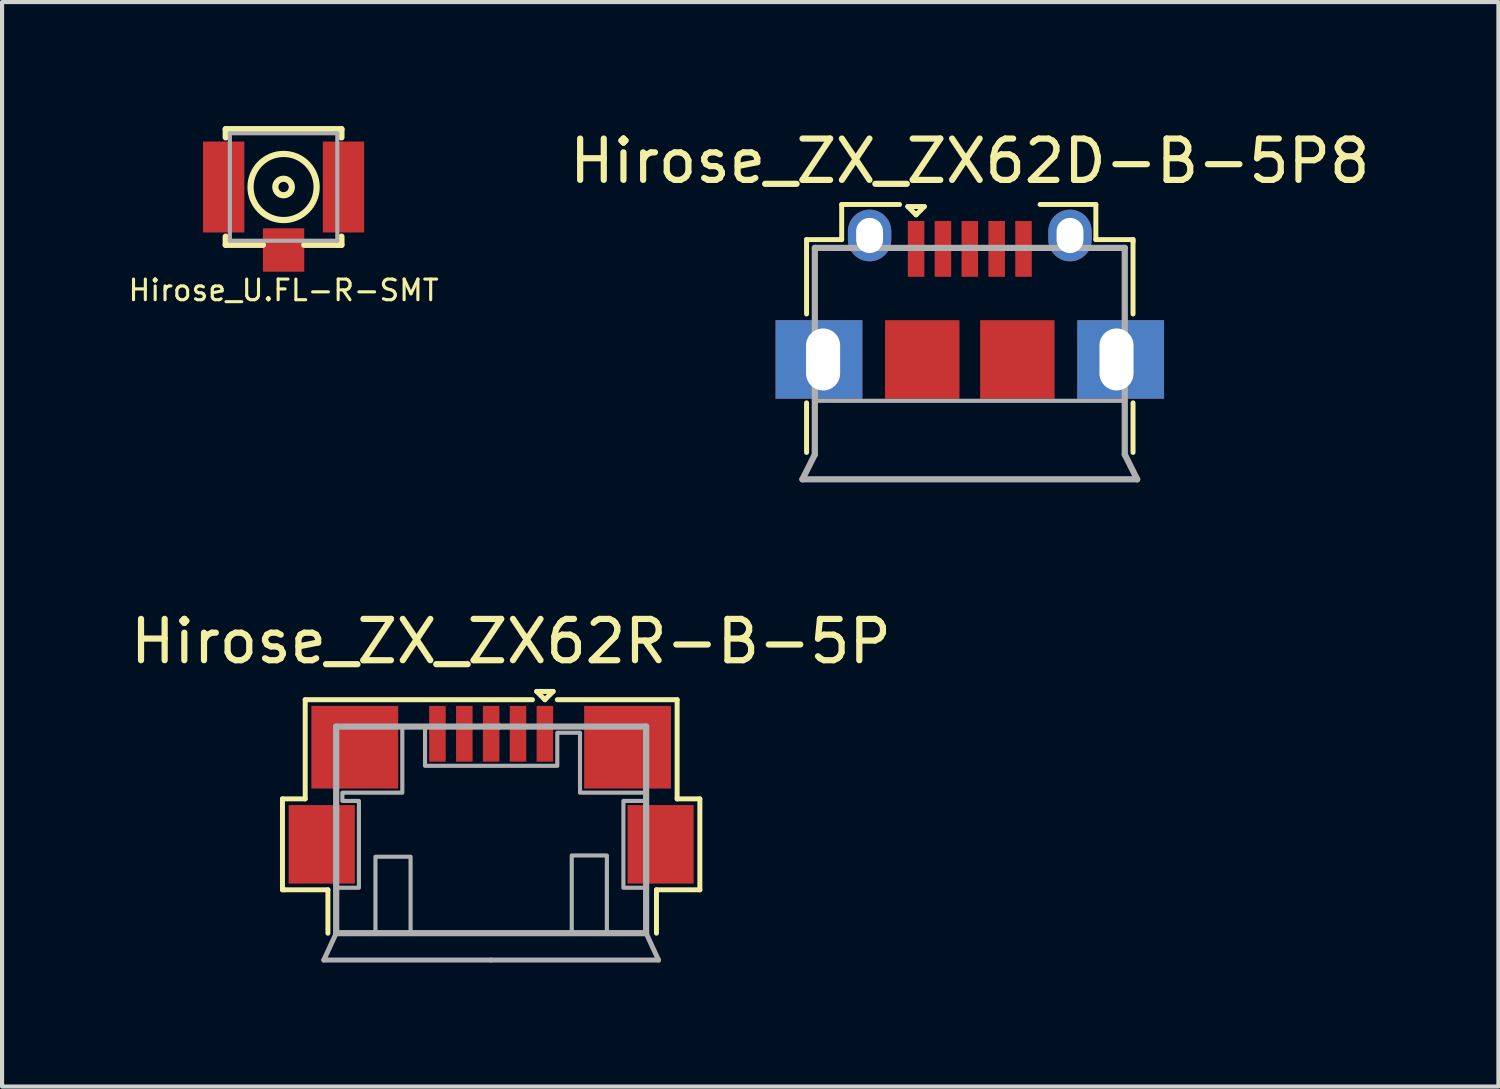
<source format=kicad_pcb>
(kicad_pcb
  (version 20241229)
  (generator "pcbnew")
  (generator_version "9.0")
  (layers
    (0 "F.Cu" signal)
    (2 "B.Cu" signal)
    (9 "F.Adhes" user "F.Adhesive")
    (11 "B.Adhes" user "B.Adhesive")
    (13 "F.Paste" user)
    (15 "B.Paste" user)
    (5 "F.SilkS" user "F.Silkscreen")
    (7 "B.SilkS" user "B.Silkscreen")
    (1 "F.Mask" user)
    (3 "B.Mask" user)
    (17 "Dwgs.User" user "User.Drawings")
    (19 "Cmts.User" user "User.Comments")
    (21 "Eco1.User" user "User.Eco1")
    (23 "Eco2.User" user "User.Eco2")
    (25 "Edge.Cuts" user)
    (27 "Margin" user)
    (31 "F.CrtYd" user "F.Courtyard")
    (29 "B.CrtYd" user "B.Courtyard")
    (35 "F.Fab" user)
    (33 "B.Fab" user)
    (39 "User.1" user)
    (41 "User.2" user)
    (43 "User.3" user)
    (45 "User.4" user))
  (footprint "Hirose_ZX_ZX62D-B-5P8"
    (layer "F.Cu")
    (at 20.417 5.648)
    (property "Reference" "Hirose_ZX_ZX62D-B-5P8" (at 0 -4.8 0) (layer "F.SilkS") (effects (font (size 1 1) (thickness 0.15))))
    (attr through_hole)
    (fp_line (start -3.95 -2.9) (end -3.1 -2.9) (stroke (width 0.12) (type solid)) (layer "F.SilkS"))
    (fp_line (start -3.95 -1.1) (end -3.95 -2.9) (stroke (width 0.12) (type solid)) (layer "F.SilkS"))
    (fp_line (start -3.95 1.05) (end -3.95 2.25) (stroke (width 0.12) (type solid)) (layer "F.SilkS"))
    (fp_line (start -3.1 -3.75) (end -1.7 -3.75) (stroke (width 0.12) (type solid)) (layer "F.SilkS"))
    (fp_line (start -3.1 -2.9) (end -3.1 -3.75) (stroke (width 0.12) (type solid)) (layer "F.SilkS"))
    (fp_line (start -1.5 -3.7) (end -1.1 -3.7) (stroke (width 0.12) (type solid)) (layer "F.SilkS"))
    (fp_line (start -1.3 -3.5) (end -1.5 -3.7) (stroke (width 0.12) (type solid)) (layer "F.SilkS"))
    (fp_line (start -1.1 -3.7) (end -1.3 -3.5) (stroke (width 0.12) (type solid)) (layer "F.SilkS"))
    (fp_line (start 3.05 -3.75) (end 1.7 -3.75) (stroke (width 0.12) (type solid)) (layer "F.SilkS"))
    (fp_line (start 3.05 -2.9) (end 3.05 -3.75) (stroke (width 0.12) (type solid)) (layer "F.SilkS"))
    (fp_line (start 3.95 -2.9) (end 3.05 -2.9) (stroke (width 0.12) (type solid)) (layer "F.SilkS"))
    (fp_line (start 3.95 -2.85) (end 3.95 -2.9) (stroke (width 0.12) (type solid)) (layer "F.SilkS"))
    (fp_line (start 3.95 -1.1) (end 3.95 -2.85) (stroke (width 0.12) (type solid)) (layer "F.SilkS"))
    (fp_line (start 3.95 1.05) (end 3.95 2.25) (stroke (width 0.12) (type solid)) (layer "F.SilkS"))
    (fp_line (start -4.05 2.9) (end 4.05 2.9) (stroke (width 0.15) (type solid)) (layer "F.Fab"))
    (fp_line (start -3.75 -2.7) (end -3.75 2.3) (stroke (width 0.15) (type solid)) (layer "F.Fab"))
    (fp_line (start -3.75 -2.7) (end 0 -2.7) (stroke (width 0.15) (type solid)) (layer "F.Fab"))
    (fp_line (start -3.75 2.3) (end -4.05 2.9) (stroke (width 0.15) (type solid)) (layer "F.Fab"))
    (fp_line (start 3.75 -2.7) (end 0 -2.7) (stroke (width 0.15) (type solid)) (layer "F.Fab"))
    (fp_line (start 3.75 2.3) (end 3.75 -2.7) (stroke (width 0.15) (type solid)) (layer "F.Fab"))
    (fp_line (start 4.05 2.9) (end 3.75 2.3) (stroke (width 0.15) (type solid)) (layer "F.Fab"))
    (fp_poly (pts (xy -3.75 -2.7) (xy -3.75 1) (xy 3.75 1) (xy 3.75 -2.7)) (stroke (width 0.1) (type solid)) (fill no) (layer "F.Fab"))
    (pad "1" smd rect (at -1.3 -2.675) (size 0.4 1.35) (layers "F.Cu" "F.Mask" "F.Paste"))
    (pad "2" smd rect (at -0.65 -2.675) (size 0.4 1.35) (layers "F.Cu" "F.Mask" "F.Paste"))
    (pad "3" smd rect (at 0 -2.675) (size 0.4 1.35) (layers "F.Cu" "F.Mask" "F.Paste"))
    (pad "4" smd rect (at 0.65 -2.675) (size 0.4 1.35) (layers "F.Cu" "F.Mask" "F.Paste"))
    (pad "5" thru_hole rect (at -3.55 0) (size 2.1 1.9) (drill oval 0.825 1.5 (offset -0.1 0)) (layers "*.Cu" "*.Mask"))
    (pad "5" thru_hole oval (at -2.425 -3) (size 1.05 1.25) (drill oval 0.65 0.85) (layers "*.Cu" "*.Mask"))
    (pad "5" smd rect (at -1.15 0) (size 1.8 1.9) (layers "F.Cu" "F.Mask" "F.Paste"))
    (pad "5" smd rect (at 1.15 0) (size 1.8 1.9) (layers "F.Cu" "F.Mask" "F.Paste"))
    (pad "5" smd rect (at 1.3 -2.675) (size 0.4 1.35) (layers "F.Cu" "F.Mask" "F.Paste"))
    (pad "5" thru_hole oval (at 2.425 -3) (size 1.05 1.25) (drill oval 0.65 0.85) (layers "*.Cu" "*.Mask"))
    (pad "5" thru_hole rect (at 3.55 0) (size 2.1 1.9) (drill oval 0.825 1.5 (offset 0.1 0)) (layers "*.Cu" "*.Mask")))
  (footprint "Hirose_ZX_ZX62R-B-5P"
    (layer "F.Cu")
    (at 8.835 17.381)
    (property "Reference" "Hirose_ZX_ZX62R-B-5P" (at 0.48 -4.91 0) (layer "F.SilkS") (effects (font (size 1 1) (thickness 0.15))))
    (attr smd)
    (fp_line (start -5.05 -1.1) (end -4.5 -1.1) (stroke (width 0.12) (type solid)) (layer "F.SilkS"))
    (fp_line (start -5.05 -1.05) (end -5.05 -1.1) (stroke (width 0.12) (type solid)) (layer "F.SilkS"))
    (fp_line (start -5.05 1.1) (end -5.05 -1.05) (stroke (width 0.12) (type solid)) (layer "F.SilkS"))
    (fp_line (start -5 1.1) (end -5.05 1.1) (stroke (width 0.12) (type solid)) (layer "F.SilkS"))
    (fp_line (start -4.5 -3.5) (end 1 -3.5) (stroke (width 0.12) (type solid)) (layer "F.SilkS"))
    (fp_line (start -4.5 -1.1) (end -4.5 -3.5) (stroke (width 0.12) (type solid)) (layer "F.SilkS"))
    (fp_line (start -3.95 1.1) (end -5 1.1) (stroke (width 0.12) (type solid)) (layer "F.SilkS"))
    (fp_line (start -3.95 2.15) (end -3.95 1.1) (stroke (width 0.12) (type solid)) (layer "F.SilkS"))
    (fp_line (start 1.1 -3.7) (end 1.3 -3.5) (stroke (width 0.12) (type solid)) (layer "F.SilkS"))
    (fp_line (start 1.3 -3.5) (end 1.5 -3.7) (stroke (width 0.12) (type solid)) (layer "F.SilkS"))
    (fp_line (start 1.5 -3.7) (end 1.1 -3.7) (stroke (width 0.12) (type solid)) (layer "F.SilkS"))
    (fp_line (start 1.6 -3.5) (end 4.5 -3.5) (stroke (width 0.12) (type solid)) (layer "F.SilkS"))
    (fp_line (start 4 1.1) (end 4 2.15) (stroke (width 0.12) (type solid)) (layer "F.SilkS"))
    (fp_line (start 4.5 -3.5) (end 4.5 -1.1) (stroke (width 0.12) (type solid)) (layer "F.SilkS"))
    (fp_line (start 4.5 -1.1) (end 5.05 -1.1) (stroke (width 0.12) (type solid)) (layer "F.SilkS"))
    (fp_line (start 5.05 -1.1) (end 5.05 1.1) (stroke (width 0.12) (type solid)) (layer "F.SilkS"))
    (fp_line (start 5.05 1.1) (end 4 1.1) (stroke (width 0.12) (type solid)) (layer "F.SilkS"))
    (fp_line (start -3.75 -2.85) (end 0.2 -2.85) (stroke (width 0.15) (type solid)) (layer "F.Fab"))
    (fp_line (start -3.75 -0.85) (end -3.75 -2.85) (stroke (width 0.15) (type solid)) (layer "F.Fab"))
    (fp_line (start -3.75 -0.85) (end -3.75 2.15) (stroke (width 0.15) (type solid)) (layer "F.Fab"))
    (fp_line (start -3.75 2.15) (end -4.05 2.8) (stroke (width 0.12) (type solid)) (layer "F.Fab"))
    (fp_line (start 0 2.8) (end -4.05 2.8) (stroke (width 0.12) (type solid)) (layer "F.Fab"))
    (fp_line (start 0 2.8) (end 4.05 2.8) (stroke (width 0.12) (type solid)) (layer "F.Fab"))
    (fp_line (start 3.75 -2.85) (end 0.21 -2.85) (stroke (width 0.15) (type solid)) (layer "F.Fab"))
    (fp_line (start 3.75 -2.85) (end 3.75 2.15) (stroke (width 0.15) (type solid)) (layer "F.Fab"))
    (fp_line (start 3.75 2.15) (end -3.75 2.15) (stroke (width 0.15) (type solid)) (layer "F.Fab"))
    (fp_line (start 3.75 2.15) (end 4.05 2.8) (stroke (width 0.12) (type solid)) (layer "F.Fab"))
    (fp_poly (pts (xy -3.75 1.05) (xy -3.75 2.15) (xy -2.8 2.15) (xy -2.8 0.3) (xy -1.95 0.3) (xy -1.95 2.15) (xy 1.95 2.15) (xy 1.95 0.27) (xy 2.8 0.27) (xy 2.8 2.15) (xy 3.75 2.15) (xy 3.75 1.05) (xy 3.2 1.05) (xy 3.2 -1.05) (xy 3.75 -1.05) (xy 3.75 -1.25) (xy 2.15 -1.25) (xy 2.15 -2.7) (xy 1.6 -2.7) (xy 1.6 -1.9) (xy -1.6 -1.9) (xy -1.6 -2.85) (xy -2.15 -2.85) (xy -2.15 -1.25) (xy -3.6 -1.25) (xy -3.6 -1.05) (xy -3.2 -1.05) (xy -3.2 1.05)) (stroke (width 0.1) (type solid)) (fill no) (layer "F.Fab"))
    (pad "1" smd rect (at 1.3 -2.675) (size 0.4 1.35) (layers "F.Cu" "F.Mask" "F.Paste"))
    (pad "2" smd rect (at 0.65 -2.675) (size 0.4 1.35) (layers "F.Cu" "F.Mask" "F.Paste"))
    (pad "3" smd rect (at 0 -2.675) (size 0.4 1.35) (layers "F.Cu" "F.Mask" "F.Paste"))
    (pad "4" smd rect (at -0.65 -2.675) (size 0.4 1.35) (layers "F.Cu" "F.Mask" "F.Paste"))
    (pad "5" smd rect (at -4.1 0) (size 1.6 1.9) (layers "F.Cu" "F.Mask" "F.Paste"))
    (pad "5" smd rect (at -3.3 -2.35) (size 2.1 2) (layers "F.Cu" "F.Mask" "F.Paste"))
    (pad "5" smd rect (at -1.3 -2.675) (size 0.4 1.35) (layers "F.Cu" "F.Mask" "F.Paste"))
    (pad "5" smd rect (at 3.3 -2.35) (size 2.1 2) (layers "F.Cu" "F.Mask" "F.Paste"))
    (pad "5" smd rect (at 4.1 0) (size 1.6 1.9) (layers "F.Cu" "F.Mask" "F.Paste")))
  (footprint "Hirose_U.FL-R-SMT"
    (layer "F.Cu")
    (at 3.812 1.475)
    (property "Reference" "Hirose_U.FL-R-SMT" (at 0 2.5 0) (layer "F.SilkS") (effects (font (size 0.5 0.5) (thickness 0.075))))
    (attr smd)
    (fp_line (start -1.4 -1.4) (end 1.4 -1.4) (stroke (width 0.15) (type solid)) (layer "F.SilkS"))
    (fp_line (start -1.4 -1.2) (end -1.4 -1.4) (stroke (width 0.15) (type solid)) (layer "F.SilkS"))
    (fp_line (start -1.4 1.4) (end -1.4 1.2) (stroke (width 0.15) (type solid)) (layer "F.SilkS"))
    (fp_line (start -0.5 1.4) (end -1.4 1.4) (stroke (width 0.15) (type solid)) (layer "F.SilkS"))
    (fp_line (start 0.5 1.4) (end 1.3 1.4) (stroke (width 0.15) (type solid)) (layer "F.SilkS"))
    (fp_line (start 1.3 1.4) (end 1.4 1.4) (stroke (width 0.15) (type solid)) (layer "F.SilkS"))
    (fp_line (start 1.4 -1.4) (end 1.4 -1.2) (stroke (width 0.15) (type solid)) (layer "F.SilkS"))
    (fp_line (start 1.4 1.4) (end 1.4 1.2) (stroke (width 0.15) (type solid)) (layer "F.SilkS"))
    (fp_circle (center 0 0) (end 0.2 0) (stroke (width 0.15) (type solid)) (fill no) (layer "F.SilkS"))
    (fp_circle (center 0 0) (end 0.8 0) (stroke (width 0.15) (type solid)) (fill no) (layer "F.SilkS"))
    (fp_line (start -1.3 -1.3) (end -1.3 1.3) (stroke (width 0.1) (type solid)) (layer "F.Fab"))
    (fp_line (start -1.3 1.3) (end 1.3 1.3) (stroke (width 0.1) (type solid)) (layer "F.Fab"))
    (fp_line (start 1.3 -1.3) (end -1.3 -1.3) (stroke (width 0.1) (type solid)) (layer "F.Fab"))
    (fp_line (start 1.3 1.3) (end 1.3 -1.3) (stroke (width 0.1) (type solid)) (layer "F.Fab"))
    (pad "1" smd rect (at 0 1.525) (size 1 1.05) (layers "F.Cu" "F.Mask" "F.Paste"))
    (pad "2" smd rect (at -1.45 0) (size 1 2.2) (layers "F.Cu" "F.Mask" "F.Paste"))
    (pad "2" smd rect (at 1.45 0) (size 1 2.2) (layers "F.Cu" "F.Mask" "F.Paste")))
  (gr_rect
    (start -3 -3)
    (end 33.208 23.241)
    (stroke (width 0.1) (type default))
    (fill no)
    (layer "Edge.Cuts")))
</source>
